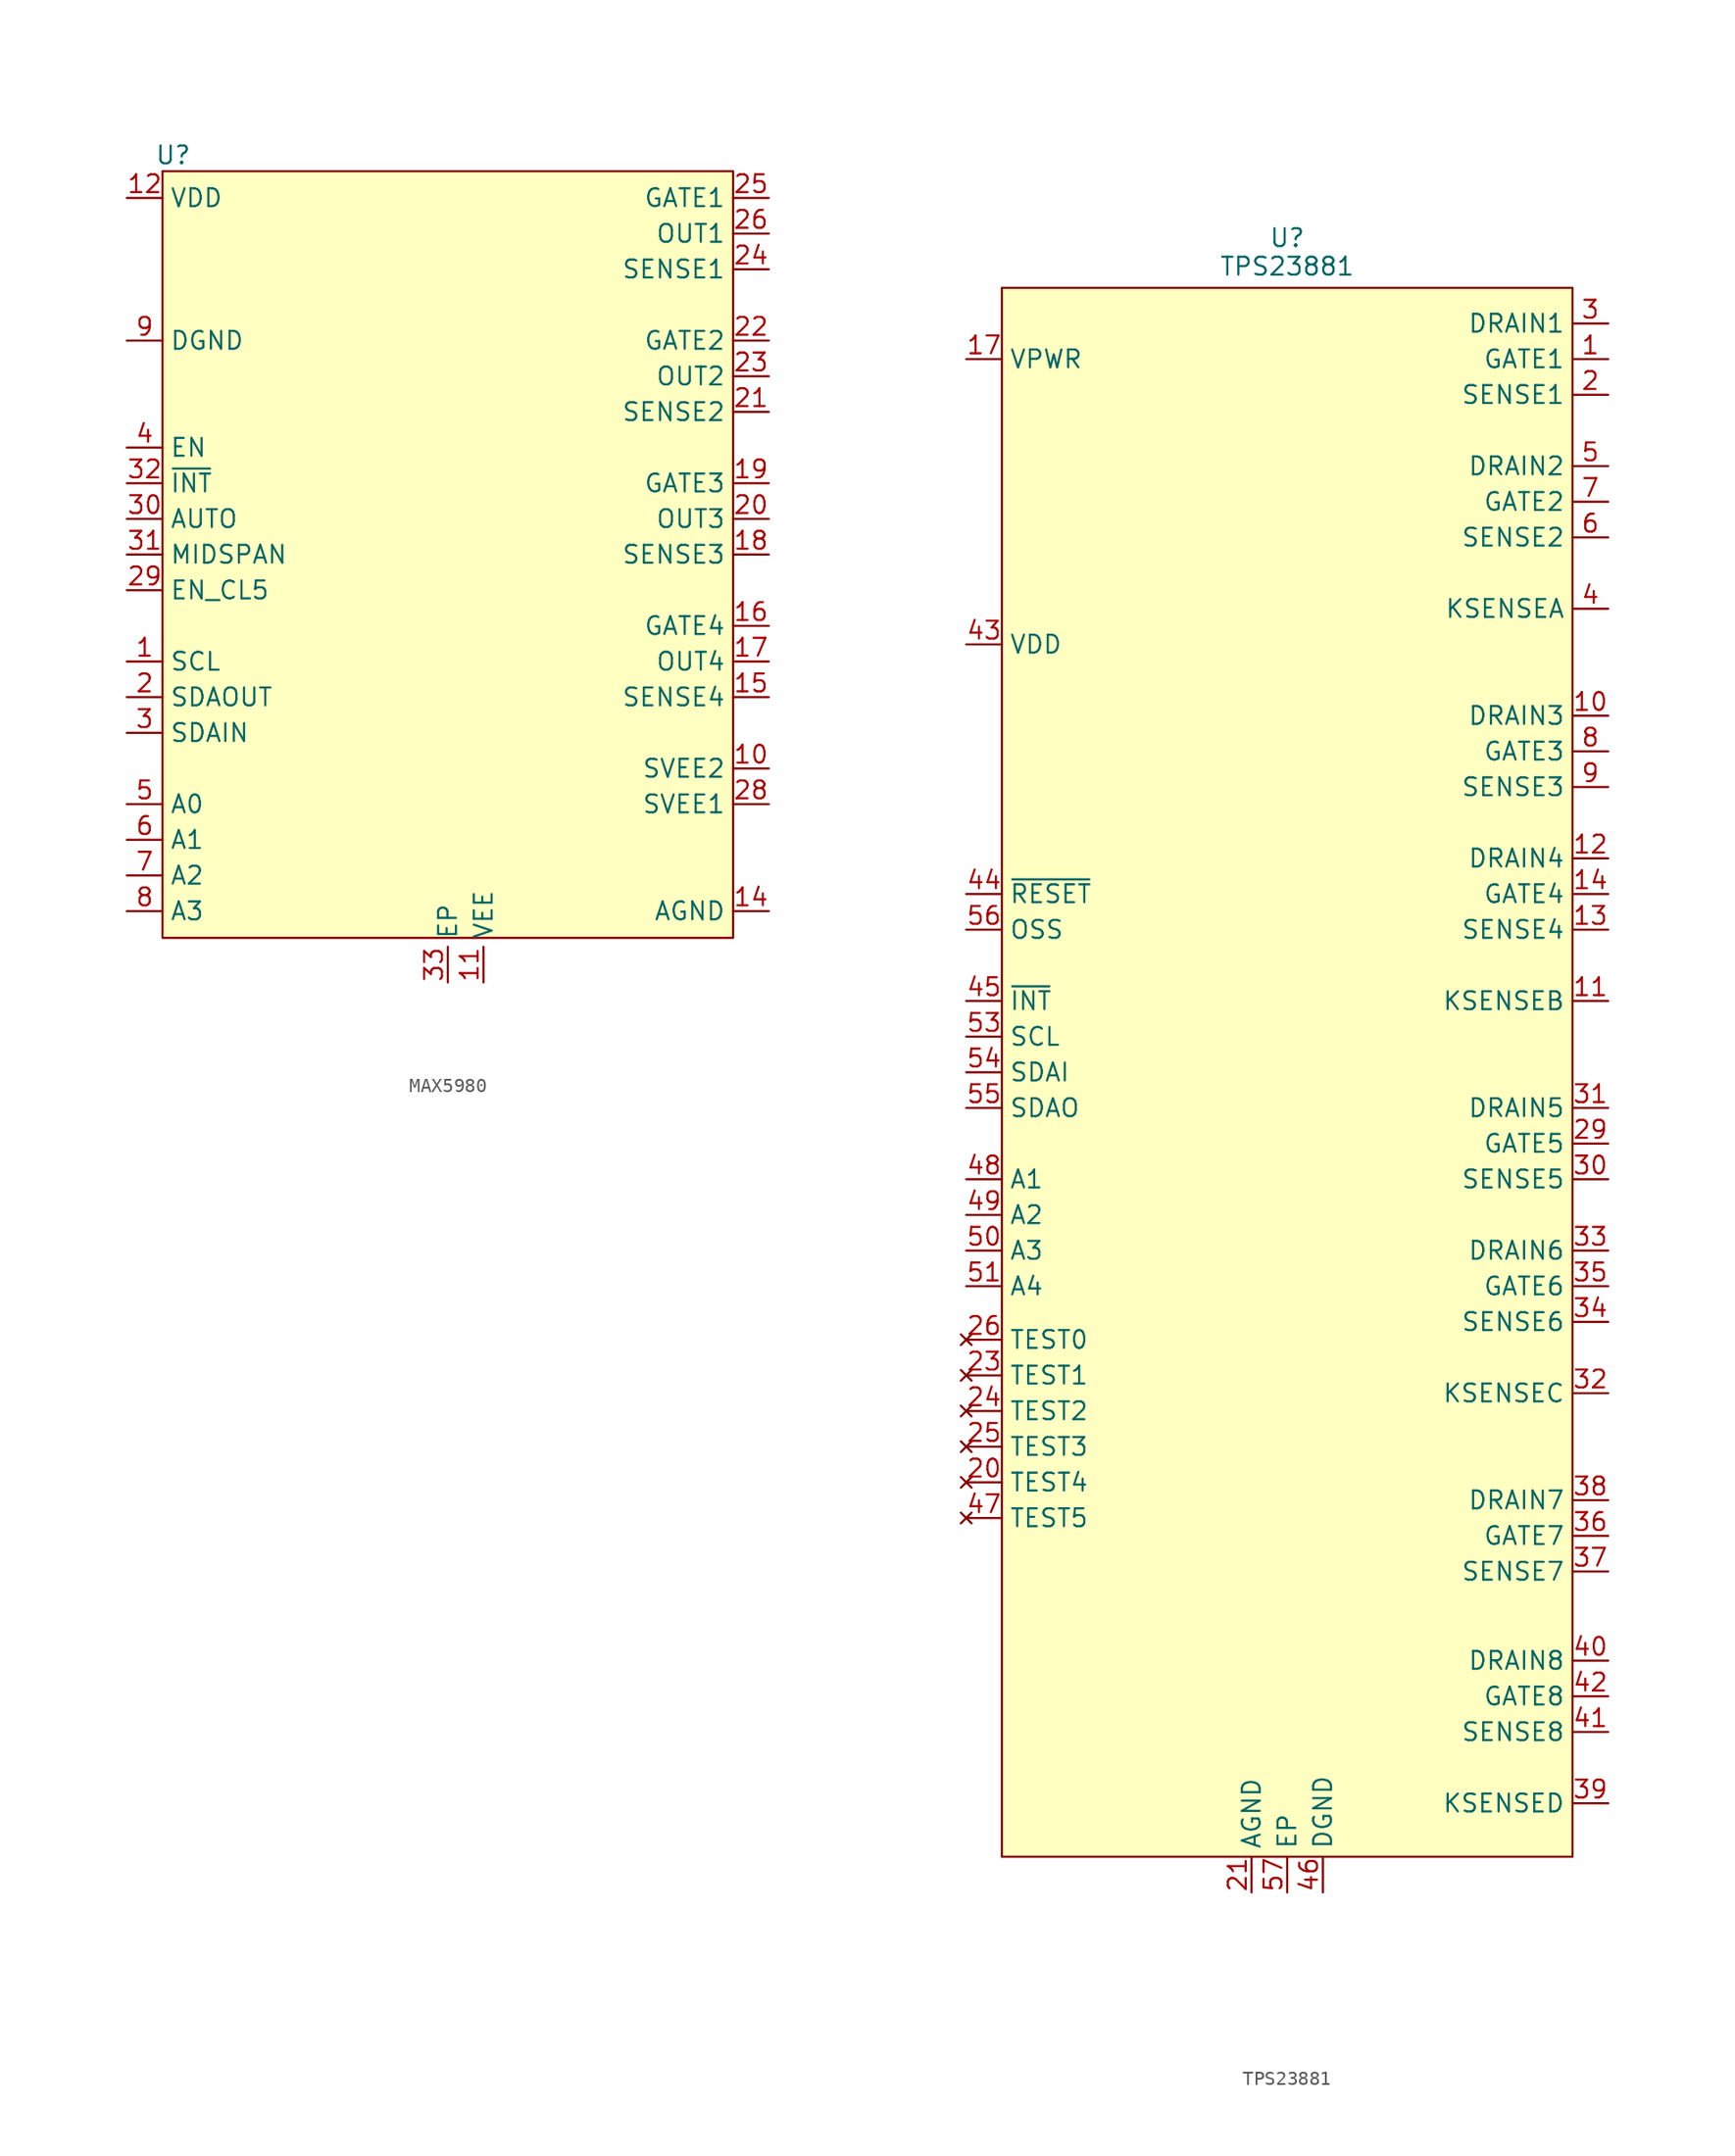
<source format=kicad_sym>
(kicad_symbol_lib
  (version 20241209)
  (generator "kicad_symbol_editor")
  (generator_version "9.0")
  (symbol "MAX5980"
    (property "Reference" "U"
      (at -19.558 28.448 0)
      (effects (font (size 1.27 1.27))))
    (property "Value" ""
      (at 0 0 0)
      (effects (font (size 1.27 1.27))))
    (symbol "MAX5980_1_0"
      (pin power_out line (at -22.86 25.4 0) (length 2.54) (name "VDD" (effects (font (size 1.27 1.27)))) (number "12" (effects (font (size 1.27 1.27)))))
      (pin no_connect line (at -22.86 12.7 0) (length 2.54) (hide yes) (name "NC" (effects (font (size 1.27 1.27)))) (number "27" (effects (font (size 1.27 1.27)))))
      (pin open_collector line (at -22.86 5.08 0) (length 2.54) (name "~{INT}" (effects (font (size 1.27 1.27)))) (number "32" (effects (font (size 1.27 1.27)))))
      (pin input line (at -22.86 2.54 0) (length 2.54) (name "AUTO" (effects (font (size 1.27 1.27)))) (number "30" (effects (font (size 1.27 1.27)))))
      (pin input line (at -22.86 0 0) (length 2.54) (name "MIDSPAN" (effects (font (size 1.27 1.27)))) (number "31" (effects (font (size 1.27 1.27)))))
      (pin input line (at -22.86 -2.54 0) (length 2.54) (name "EN_CL5" (effects (font (size 1.27 1.27)))) (number "29" (effects (font (size 1.27 1.27)))))
      (pin power_out line (at 0 -30.48 90) (length 2.54) (name "EP" (effects (font (size 1.27 1.27)))) (number "33" (effects (font (size 1.27 1.27)))))
      (pin input line (at 22.86 22.86 180) (length 2.54) (name "OUT1" (effects (font (size 1.27 1.27)))) (number "26" (effects (font (size 1.27 1.27)))))
      (pin input line (at 22.86 -17.78 180) (length 2.54) (name "SVEE1" (effects (font (size 1.27 1.27)))) (number "28" (effects (font (size 1.27 1.27))))))
    (symbol "MAX5980_1_1"
      (rectangle (start -20.32 27.305) (end 20.32 -27.305) (stroke (width 0) (type solid)) (fill (type background)))
      (pin power_out line (at -22.86 15.24 0) (length 2.54) (name "DGND" (effects (font (size 1.27 1.27)))) (number "9" (effects (font (size 1.27 1.27)))))
      (pin no_connect line (at -22.86 10.16 0) (length 2.54) (hide yes) (name "NC" (effects (font (size 1.27 1.27)))) (number "13" (effects (font (size 1.27 1.27)))))
      (pin input line (at -22.86 7.62 0) (length 2.54) (name "EN" (effects (font (size 1.27 1.27)))) (number "4" (effects (font (size 1.27 1.27)))))
      (pin input line (at -22.86 -7.62 0) (length 2.54) (name "SCL" (effects (font (size 1.27 1.27)))) (number "1" (effects (font (size 1.27 1.27)))))
      (pin open_collector line (at -22.86 -10.16 0) (length 2.54) (name "SDAOUT" (effects (font (size 1.27 1.27)))) (number "2" (effects (font (size 1.27 1.27)))))
      (pin input line (at -22.86 -12.7 0) (length 2.54) (name "SDAIN" (effects (font (size 1.27 1.27)))) (number "3" (effects (font (size 1.27 1.27)))))
      (pin input line (at -22.86 -17.78 0) (length 2.54) (name "A0" (effects (font (size 1.27 1.27)))) (number "5" (effects (font (size 1.27 1.27)))))
      (pin input line (at -22.86 -20.32 0) (length 2.54) (name "A1" (effects (font (size 1.27 1.27)))) (number "6" (effects (font (size 1.27 1.27)))))
      (pin input line (at -22.86 -22.86 0) (length 2.54) (name "A2" (effects (font (size 1.27 1.27)))) (number "7" (effects (font (size 1.27 1.27)))))
      (pin input line (at -22.86 -25.4 0) (length 2.54) (name "A3" (effects (font (size 1.27 1.27)))) (number "8" (effects (font (size 1.27 1.27)))))
      (pin power_in line (at 2.54 -30.48 90) (length 2.54) (name "VEE" (effects (font (size 1.27 1.27)))) (number "11" (effects (font (size 1.27 1.27)))))
      (pin output line (at 22.86 25.4 180) (length 2.54) (name "GATE1" (effects (font (size 1.27 1.27)))) (number "25" (effects (font (size 1.27 1.27)))))
      (pin input line (at 22.86 20.32 180) (length 2.54) (name "SENSE1" (effects (font (size 1.27 1.27)))) (number "24" (effects (font (size 1.27 1.27)))))
      (pin output line (at 22.86 15.24 180) (length 2.54) (name "GATE2" (effects (font (size 1.27 1.27)))) (number "22" (effects (font (size 1.27 1.27)))))
      (pin input line (at 22.86 12.7 180) (length 2.54) (name "OUT2" (effects (font (size 1.27 1.27)))) (number "23" (effects (font (size 1.27 1.27)))))
      (pin input line (at 22.86 10.16 180) (length 2.54) (name "SENSE2" (effects (font (size 1.27 1.27)))) (number "21" (effects (font (size 1.27 1.27)))))
      (pin output line (at 22.86 5.08 180) (length 2.54) (name "GATE3" (effects (font (size 1.27 1.27)))) (number "19" (effects (font (size 1.27 1.27)))))
      (pin input line (at 22.86 2.54 180) (length 2.54) (name "OUT3" (effects (font (size 1.27 1.27)))) (number "20" (effects (font (size 1.27 1.27)))))
      (pin input line (at 22.86 0 180) (length 2.54) (name "SENSE3" (effects (font (size 1.27 1.27)))) (number "18" (effects (font (size 1.27 1.27)))))
      (pin output line (at 22.86 -5.08 180) (length 2.54) (name "GATE4" (effects (font (size 1.27 1.27)))) (number "16" (effects (font (size 1.27 1.27)))))
      (pin input line (at 22.86 -7.62 180) (length 2.54) (name "OUT4" (effects (font (size 1.27 1.27)))) (number "17" (effects (font (size 1.27 1.27)))))
      (pin input line (at 22.86 -10.16 180) (length 2.54) (name "SENSE4" (effects (font (size 1.27 1.27)))) (number "15" (effects (font (size 1.27 1.27)))))
      (pin input line (at 22.86 -15.24 180) (length 2.54) (name "SVEE2" (effects (font (size 1.27 1.27)))) (number "10" (effects (font (size 1.27 1.27)))))
      (pin power_in line (at 22.86 -25.4 180) (length 2.54) (name "AGND" (effects (font (size 1.27 1.27)))) (number "14" (effects (font (size 1.27 1.27)))))))
  (symbol "TPS23881"
    (property "Reference" "U"
      (at 0 59.436 0)
      (effects (font (size 1.27 1.27))))
    (property "Value" "TPS23881"
      (at 0 57.404 0)
      (effects (font (size 1.27 1.27))))
    (symbol "TPS23881_0_0"
      (pin power_in line (at -22.86 50.8 0) (length 2.54) (name "VPWR" (effects (font (size 1.27 1.27)))) (number "17" (effects (font (size 1.27 1.27)))))
      (pin power_in line (at -22.86 30.48 0) (length 2.54) (name "VDD" (effects (font (size 1.27 1.27)))) (number "43" (effects (font (size 1.27 1.27)))))
      (pin input line (at -22.86 12.7 0) (length 2.54) (name "~{RESET}" (effects (font (size 1.27 1.27)))) (number "44" (effects (font (size 1.27 1.27)))))
      (pin input line (at -22.86 10.16 0) (length 2.54) (name "OSS" (effects (font (size 1.27 1.27)))) (number "56" (effects (font (size 1.27 1.27)))))
      (pin input line (at -22.86 5.08 0) (length 2.54) (name "~{INT}" (effects (font (size 1.27 1.27)))) (number "45" (effects (font (size 1.27 1.27)))))
      (pin input line (at -22.86 2.54 0) (length 2.54) (name "SCL" (effects (font (size 1.27 1.27)))) (number "53" (effects (font (size 1.27 1.27)))))
      (pin input line (at -22.86 0 0) (length 2.54) (name "SDAI" (effects (font (size 1.27 1.27)))) (number "54" (effects (font (size 1.27 1.27)))))
      (pin input line (at -22.86 -2.54 0) (length 2.54) (name "SDAO" (effects (font (size 1.27 1.27)))) (number "55" (effects (font (size 1.27 1.27)))))
      (pin input line (at -22.86 -7.62 0) (length 2.54) (name "A1" (effects (font (size 1.27 1.27)))) (number "48" (effects (font (size 1.27 1.27)))))
      (pin input line (at -22.86 -10.16 0) (length 2.54) (name "A2" (effects (font (size 1.27 1.27)))) (number "49" (effects (font (size 1.27 1.27)))))
      (pin input line (at -22.86 -12.7 0) (length 2.54) (name "A3" (effects (font (size 1.27 1.27)))) (number "50" (effects (font (size 1.27 1.27)))))
      (pin input line (at -22.86 -15.24 0) (length 2.54) (name "A4" (effects (font (size 1.27 1.27)))) (number "51" (effects (font (size 1.27 1.27)))))
      (pin no_connect line (at -22.86 -19.05 0) (length 2.54) (name "TEST0" (effects (font (size 1.27 1.27)))) (number "26" (effects (font (size 1.27 1.27)))))
      (pin no_connect line (at -22.86 -21.59 0) (length 2.54) (name "TEST1" (effects (font (size 1.27 1.27)))) (number "23" (effects (font (size 1.27 1.27)))))
      (pin no_connect line (at -22.86 -24.13 0) (length 2.54) (name "TEST2" (effects (font (size 1.27 1.27)))) (number "24" (effects (font (size 1.27 1.27)))))
      (pin no_connect line (at -22.86 -26.67 0) (length 2.54) (name "TEST3" (effects (font (size 1.27 1.27)))) (number "25" (effects (font (size 1.27 1.27)))))
      (pin no_connect line (at -22.86 -29.21 0) (length 2.54) (name "TEST4" (effects (font (size 1.27 1.27)))) (number "20" (effects (font (size 1.27 1.27)))))
      (pin no_connect line (at -22.86 -31.75 0) (length 2.54) (name "TEST5" (effects (font (size 1.27 1.27)))) (number "47" (effects (font (size 1.27 1.27)))))
      (pin no_connect line (at -22.86 -36.83 0) (length 2.54) (hide yes) (name "NC" (effects (font (size 1.27 1.27)))) (number "16" (effects (font (size 1.27 1.27)))))
      (pin no_connect line (at -22.86 -36.83 0) (length 2.54) (hide yes) (name "NC" (effects (font (size 1.27 1.27)))) (number "19" (effects (font (size 1.27 1.27)))))
      (pin no_connect line (at -22.86 -39.37 0) (length 2.54) (hide yes) (name "NC" (effects (font (size 1.27 1.27)))) (number "28" (effects (font (size 1.27 1.27)))))
      (pin no_connect line (at -22.86 -41.91 0) (length 2.54) (hide yes) (name "NC" (effects (font (size 1.27 1.27)))) (number "22" (effects (font (size 1.27 1.27)))))
      (pin no_connect line (at -22.86 -44.45 0) (length 2.54) (hide yes) (name "NC" (effects (font (size 1.27 1.27)))) (number "18" (effects (font (size 1.27 1.27)))))
      (pin no_connect line (at -22.86 -46.99 0) (length 2.54) (hide yes) (name "NC" (effects (font (size 1.27 1.27)))) (number "15" (effects (font (size 1.27 1.27)))))
      (pin no_connect line (at -22.86 -49.53 0) (length 2.54) (hide yes) (name "NC" (effects (font (size 1.27 1.27)))) (number "27" (effects (font (size 1.27 1.27)))))
      (pin no_connect line (at -22.86 -52.07 0) (length 2.54) (hide yes) (name "NC" (effects (font (size 1.27 1.27)))) (number "52" (effects (font (size 1.27 1.27)))))
      (pin power_out line (at -2.54 -58.42 90) (length 2.54) (name "AGND" (effects (font (size 1.27 1.27)))) (number "21" (effects (font (size 1.27 1.27)))))
      (pin power_out line (at 0 -58.42 90) (length 2.54) (name "EP" (effects (font (size 1.27 1.27)))) (number "57" (effects (font (size 1.27 1.27)))))
      (pin power_out line (at 2.54 -58.42 90) (length 2.54) (name "DGND" (effects (font (size 1.27 1.27)))) (number "46" (effects (font (size 1.27 1.27)))))
      (pin input line (at 22.86 53.34 180) (length 2.54) (name "DRAIN1" (effects (font (size 1.27 1.27)))) (number "3" (effects (font (size 1.27 1.27)))))
      (pin output line (at 22.86 50.8 180) (length 2.54) (name "GATE1" (effects (font (size 1.27 1.27)))) (number "1" (effects (font (size 1.27 1.27)))))
      (pin input line (at 22.86 48.26 180) (length 2.54) (name "SENSE1" (effects (font (size 1.27 1.27)))) (number "2" (effects (font (size 1.27 1.27)))))
      (pin input line (at 22.86 43.18 180) (length 2.54) (name "DRAIN2" (effects (font (size 1.27 1.27)))) (number "5" (effects (font (size 1.27 1.27)))))
      (pin output line (at 22.86 40.64 180) (length 2.54) (name "GATE2" (effects (font (size 1.27 1.27)))) (number "7" (effects (font (size 1.27 1.27)))))
      (pin input line (at 22.86 38.1 180) (length 2.54) (name "SENSE2" (effects (font (size 1.27 1.27)))) (number "6" (effects (font (size 1.27 1.27)))))
      (pin input line (at 22.86 33.02 180) (length 2.54) (name "KSENSEA" (effects (font (size 1.27 1.27)))) (number "4" (effects (font (size 1.27 1.27)))))
      (pin input line (at 22.86 25.4 180) (length 2.54) (name "DRAIN3" (effects (font (size 1.27 1.27)))) (number "10" (effects (font (size 1.27 1.27)))))
      (pin output line (at 22.86 22.86 180) (length 2.54) (name "GATE3" (effects (font (size 1.27 1.27)))) (number "8" (effects (font (size 1.27 1.27)))))
      (pin input line (at 22.86 20.32 180) (length 2.54) (name "SENSE3" (effects (font (size 1.27 1.27)))) (number "9" (effects (font (size 1.27 1.27)))))
      (pin input line (at 22.86 15.24 180) (length 2.54) (name "DRAIN4" (effects (font (size 1.27 1.27)))) (number "12" (effects (font (size 1.27 1.27)))))
      (pin output line (at 22.86 12.7 180) (length 2.54) (name "GATE4" (effects (font (size 1.27 1.27)))) (number "14" (effects (font (size 1.27 1.27)))))
      (pin input line (at 22.86 10.16 180) (length 2.54) (name "SENSE4" (effects (font (size 1.27 1.27)))) (number "13" (effects (font (size 1.27 1.27)))))
      (pin input line (at 22.86 5.08 180) (length 2.54) (name "KSENSEB" (effects (font (size 1.27 1.27)))) (number "11" (effects (font (size 1.27 1.27)))))
      (pin input line (at 22.86 -2.54 180) (length 2.54) (name "DRAIN5" (effects (font (size 1.27 1.27)))) (number "31" (effects (font (size 1.27 1.27)))))
      (pin output line (at 22.86 -5.08 180) (length 2.54) (name "GATE5" (effects (font (size 1.27 1.27)))) (number "29" (effects (font (size 1.27 1.27)))))
      (pin input line (at 22.86 -7.62 180) (length 2.54) (name "SENSE5" (effects (font (size 1.27 1.27)))) (number "30" (effects (font (size 1.27 1.27)))))
      (pin input line (at 22.86 -12.7 180) (length 2.54) (name "DRAIN6" (effects (font (size 1.27 1.27)))) (number "33" (effects (font (size 1.27 1.27)))))
      (pin output line (at 22.86 -15.24 180) (length 2.54) (name "GATE6" (effects (font (size 1.27 1.27)))) (number "35" (effects (font (size 1.27 1.27)))))
      (pin input line (at 22.86 -17.78 180) (length 2.54) (name "SENSE6" (effects (font (size 1.27 1.27)))) (number "34" (effects (font (size 1.27 1.27)))))
      (pin input line (at 22.86 -22.86 180) (length 2.54) (name "KSENSEC" (effects (font (size 1.27 1.27)))) (number "32" (effects (font (size 1.27 1.27)))))
      (pin input line (at 22.86 -30.48 180) (length 2.54) (name "DRAIN7" (effects (font (size 1.27 1.27)))) (number "38" (effects (font (size 1.27 1.27)))))
      (pin input line (at 22.86 -35.56 180) (length 2.54) (name "SENSE7" (effects (font (size 1.27 1.27)))) (number "37" (effects (font (size 1.27 1.27)))))
      (pin input line (at 22.86 -41.91 180) (length 2.54) (name "DRAIN8" (effects (font (size 1.27 1.27)))) (number "40" (effects (font (size 1.27 1.27)))))
      (pin output line (at 22.86 -44.45 180) (length 2.54) (name "GATE8" (effects (font (size 1.27 1.27)))) (number "42" (effects (font (size 1.27 1.27)))))
      (pin input line (at 22.86 -46.99 180) (length 2.54) (name "SENSE8" (effects (font (size 1.27 1.27)))) (number "41" (effects (font (size 1.27 1.27)))))
      (pin input line (at 22.86 -52.07 180) (length 2.54) (name "KSENSED" (effects (font (size 1.27 1.27)))) (number "39" (effects (font (size 1.27 1.27))))))
    (symbol "TPS23881_1_0"
      (pin output line (at 22.86 -33.02 180) (length 2.54) (name "GATE7" (effects (font (size 1.27 1.27)))) (number "36" (effects (font (size 1.27 1.27))))))
    (symbol "TPS23881_1_1"
      (rectangle (start -20.32 55.88) (end 20.32 -55.88) (stroke (width 0) (type solid)) (fill (type background))))))
</source>
